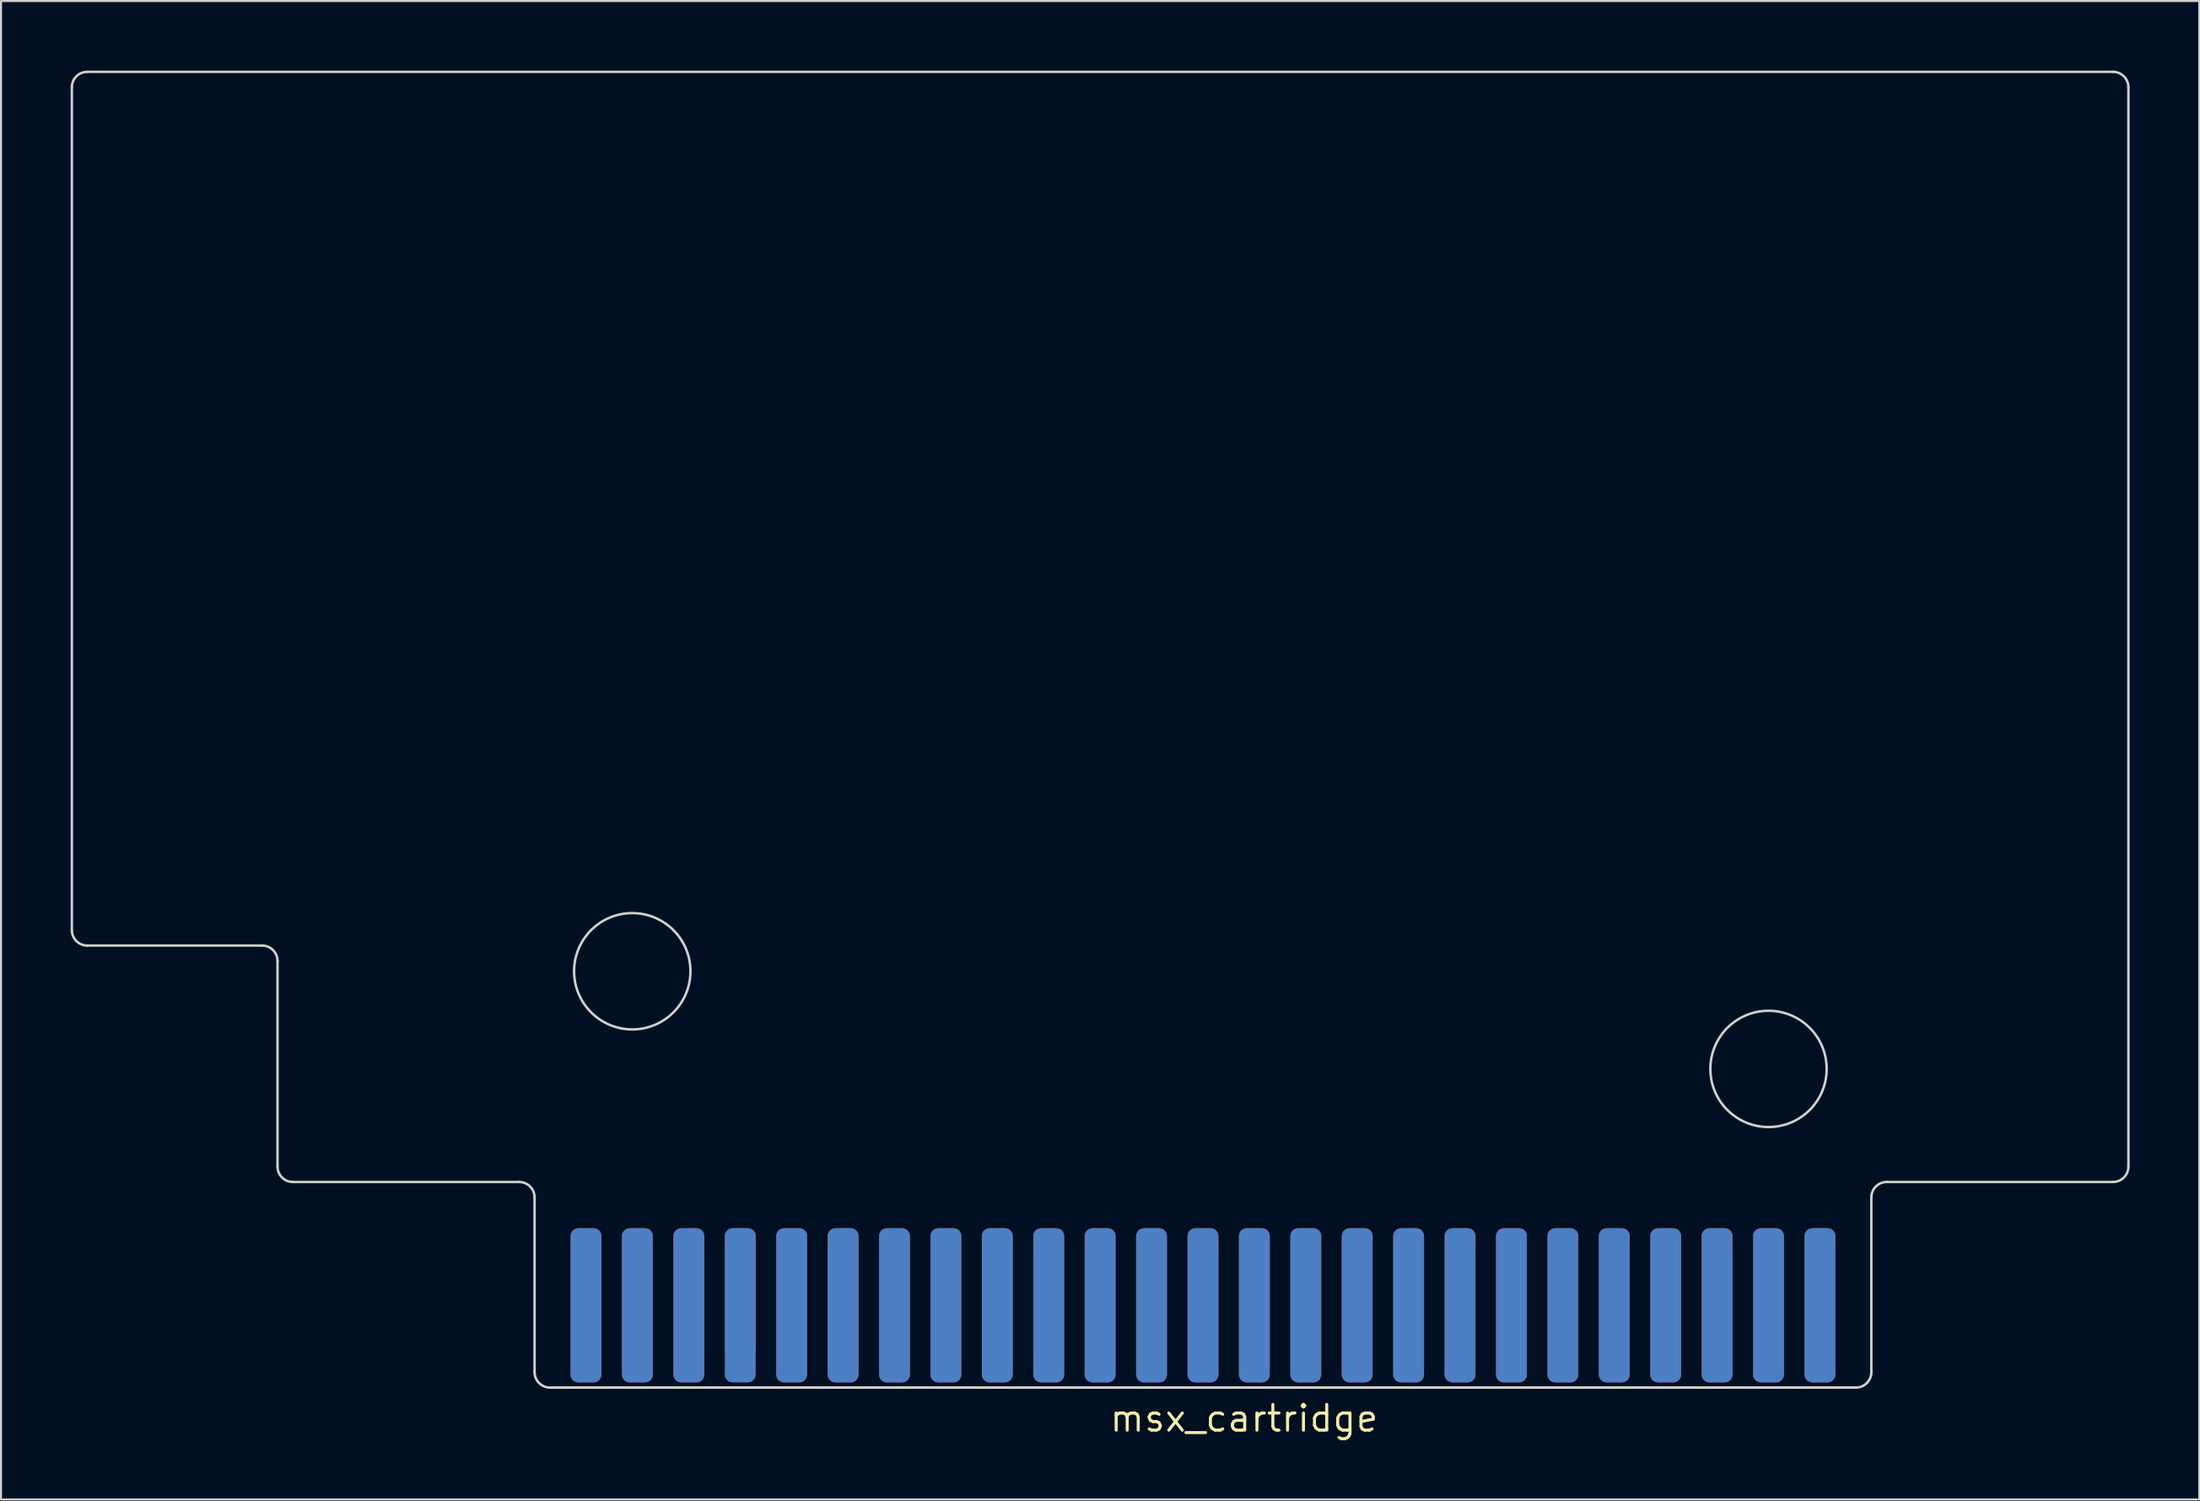
<source format=kicad_pcb>
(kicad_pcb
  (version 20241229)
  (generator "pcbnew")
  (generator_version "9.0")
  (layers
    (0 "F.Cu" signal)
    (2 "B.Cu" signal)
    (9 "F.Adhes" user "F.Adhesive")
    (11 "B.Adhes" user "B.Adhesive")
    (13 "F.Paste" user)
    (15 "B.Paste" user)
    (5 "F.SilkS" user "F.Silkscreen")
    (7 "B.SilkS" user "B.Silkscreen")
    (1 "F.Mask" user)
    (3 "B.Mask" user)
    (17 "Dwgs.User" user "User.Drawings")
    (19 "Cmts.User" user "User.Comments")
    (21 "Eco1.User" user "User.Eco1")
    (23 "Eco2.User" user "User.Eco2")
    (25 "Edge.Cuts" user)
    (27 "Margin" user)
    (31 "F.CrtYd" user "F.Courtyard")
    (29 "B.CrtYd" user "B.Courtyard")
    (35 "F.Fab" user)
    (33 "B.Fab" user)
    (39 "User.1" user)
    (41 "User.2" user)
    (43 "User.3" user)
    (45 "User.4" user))
  (footprint "msx_cartridge"
    (layer "F.Cu")
    (at 56.38 61.46)
    (property "Reference" "msx_cartridge" (at 2.032 5.588 0) (layer "F.SilkS") (effects (font (size 1.27 1.27) (thickness 0.15))))
    (attr through_hole)
    (fp_line (start -55.88 -18.542) (end -55.88 -60.198) (stroke (width 1) (type solid)) (layer "F.Mask"))
    (fp_line (start -55.118 -60.96) (end 44.958 -60.96) (stroke (width 1) (type solid)) (layer "F.Mask"))
    (fp_line (start -46.482 -17.78) (end -55.118 -17.78) (stroke (width 1) (type solid)) (layer "F.Mask"))
    (fp_line (start -45.72 -6.858) (end -45.72 -17.018) (stroke (width 1) (type solid)) (layer "F.Mask"))
    (fp_line (start -33.782 -6.096) (end -44.958 -6.096) (stroke (width 1) (type solid)) (layer "F.Mask"))
    (fp_line (start -33.02 -5.334) (end -33.02 3.302) (stroke (width 1) (type solid)) (layer "F.Mask"))
    (fp_line (start 32.258 4.064) (end -32.258 4.064) (stroke (width 1) (type solid)) (layer "F.Mask"))
    (fp_line (start 33.02 -5.334) (end 33.02 3.302) (stroke (width 1) (type solid)) (layer "F.Mask"))
    (fp_line (start 44.958 -6.096) (end 33.782 -6.096) (stroke (width 1) (type solid)) (layer "F.Mask"))
    (fp_line (start 45.72 -60.198) (end 45.72 -6.858) (stroke (width 1) (type solid)) (layer "F.Mask"))
    (fp_rect (start -33.782 -6.096) (end 33.782 4.064) (stroke (width 0.12) (type solid)) (fill yes) (layer "F.Mask"))
    (fp_arc (start -55.88 -60.198) (mid -55.656815 -60.736815) (end -55.118 -60.96) (stroke (width 1) (type solid)) (layer "F.Mask"))
    (fp_arc (start -55.118 -17.78) (mid -55.656815 -18.003185) (end -55.88 -18.542) (stroke (width 1) (type solid)) (layer "F.Mask"))
    (fp_arc (start -46.482 -17.78) (mid -45.943185 -17.556815) (end -45.72 -17.018) (stroke (width 1) (type solid)) (layer "F.Mask"))
    (fp_arc (start -44.958 -6.096) (mid -45.496815 -6.319185) (end -45.72 -6.858) (stroke (width 1) (type solid)) (layer "F.Mask"))
    (fp_arc (start -33.782 -6.096) (mid -33.243185 -5.872815) (end -33.02 -5.334) (stroke (width 1) (type solid)) (layer "F.Mask"))
    (fp_arc (start -32.258 4.064) (mid -32.796815 3.840815) (end -33.02 3.302) (stroke (width 1) (type solid)) (layer "F.Mask"))
    (fp_arc (start 33.02 -5.334) (mid 33.243185 -5.872815) (end 33.782 -6.096) (stroke (width 1) (type solid)) (layer "F.Mask"))
    (fp_arc (start 33.02 3.302) (mid 32.796815 3.840815) (end 32.258 4.064) (stroke (width 1) (type solid)) (layer "F.Mask"))
    (fp_arc (start 44.958 -60.96) (mid 45.496815 -60.736815) (end 45.72 -60.198) (stroke (width 1) (type solid)) (layer "F.Mask"))
    (fp_arc (start 45.72 -6.858) (mid 45.496815 -6.319185) (end 44.958 -6.096) (stroke (width 1) (type solid)) (layer "F.Mask"))
    (fp_circle (center -28.194 -16.51) (end -25.32 -16.51) (stroke (width 1) (type solid)) (fill no) (layer "F.Mask"))
    (fp_circle (center 27.94 -11.684) (end 30.813 -11.684) (stroke (width 1) (type solid)) (fill no) (layer "F.Mask"))
    (fp_line (start -55.88 -18.542) (end -55.88 -60.198) (stroke (width 1) (type solid)) (layer "B.Mask"))
    (fp_line (start -55.118 -60.96) (end 44.958 -60.96) (stroke (width 1) (type solid)) (layer "B.Mask"))
    (fp_line (start -46.482 -17.78) (end -55.118 -17.78) (stroke (width 1) (type solid)) (layer "B.Mask"))
    (fp_line (start -45.72 -6.858) (end -45.72 -17.018) (stroke (width 1) (type solid)) (layer "B.Mask"))
    (fp_line (start -33.782 -6.096) (end -44.958 -6.096) (stroke (width 1) (type solid)) (layer "B.Mask"))
    (fp_line (start -33.02 -5.334) (end -33.02 3.302) (stroke (width 1) (type solid)) (layer "B.Mask"))
    (fp_line (start 32.258 4.064) (end -32.258 4.064) (stroke (width 1) (type solid)) (layer "B.Mask"))
    (fp_line (start 33.02 -5.334) (end 33.02 3.302) (stroke (width 1) (type solid)) (layer "B.Mask"))
    (fp_line (start 44.958 -6.096) (end 33.782 -6.096) (stroke (width 1) (type solid)) (layer "B.Mask"))
    (fp_line (start 45.72 -60.198) (end 45.72 -6.858) (stroke (width 1) (type solid)) (layer "B.Mask"))
    (fp_rect (start -33.782 -6.096) (end 33.782 4.064) (stroke (width 0.12) (type solid)) (fill yes) (layer "B.Mask"))
    (fp_arc (start -55.88 -60.198) (mid -55.656815 -60.736815) (end -55.118 -60.96) (stroke (width 1) (type solid)) (layer "B.Mask"))
    (fp_arc (start -55.118 -17.78) (mid -55.656815 -18.003185) (end -55.88 -18.542) (stroke (width 1) (type solid)) (layer "B.Mask"))
    (fp_arc (start -46.482 -17.78) (mid -45.943185 -17.556815) (end -45.72 -17.018) (stroke (width 1) (type solid)) (layer "B.Mask"))
    (fp_arc (start -44.958 -6.096) (mid -45.496815 -6.319185) (end -45.72 -6.858) (stroke (width 1) (type solid)) (layer "B.Mask"))
    (fp_arc (start -33.782 -6.096) (mid -33.243185 -5.872815) (end -33.02 -5.334) (stroke (width 1) (type solid)) (layer "B.Mask"))
    (fp_arc (start -32.258 4.064) (mid -32.796815 3.840815) (end -33.02 3.302) (stroke (width 1) (type solid)) (layer "B.Mask"))
    (fp_arc (start 33.02 -5.334) (mid 33.243185 -5.872815) (end 33.782 -6.096) (stroke (width 1) (type solid)) (layer "B.Mask"))
    (fp_arc (start 33.02 3.302) (mid 32.796815 3.840815) (end 32.258 4.064) (stroke (width 1) (type solid)) (layer "B.Mask"))
    (fp_arc (start 44.958 -60.96) (mid 45.496815 -60.736815) (end 45.72 -60.198) (stroke (width 1) (type solid)) (layer "B.Mask"))
    (fp_arc (start 45.72 -6.858) (mid 45.496815 -6.319185) (end 44.958 -6.096) (stroke (width 1) (type solid)) (layer "B.Mask"))
    (fp_circle (center -28.194 -16.51) (end -25.32 -16.51) (stroke (width 1) (type solid)) (fill no) (layer "B.Mask"))
    (fp_circle (center 27.94 -11.684) (end 30.813 -11.684) (stroke (width 1) (type solid)) (fill no) (layer "B.Mask"))
    (fp_line (start -55.88 -18.542) (end -55.88 -60.198) (stroke (width 0.12) (type solid)) (layer "Edge.Cuts"))
    (fp_line (start -55.118 -60.96) (end 44.958 -60.96) (stroke (width 0.12) (type solid)) (layer "Edge.Cuts"))
    (fp_line (start -46.482 -17.78) (end -55.118 -17.78) (stroke (width 0.12) (type solid)) (layer "Edge.Cuts"))
    (fp_line (start -45.72 -6.858) (end -45.72 -17.018) (stroke (width 0.12) (type solid)) (layer "Edge.Cuts"))
    (fp_line (start -33.782 -6.096) (end -44.958 -6.096) (stroke (width 0.12) (type solid)) (layer "Edge.Cuts"))
    (fp_line (start -33.02 -5.334) (end -33.02 3.302) (stroke (width 0.12) (type solid)) (layer "Edge.Cuts"))
    (fp_line (start 32.258 4.064) (end -32.258 4.064) (stroke (width 0.12) (type solid)) (layer "Edge.Cuts"))
    (fp_line (start 33.02 -5.334) (end 33.02 3.302) (stroke (width 0.12) (type solid)) (layer "Edge.Cuts"))
    (fp_line (start 44.958 -6.096) (end 33.782 -6.096) (stroke (width 0.12) (type solid)) (layer "Edge.Cuts"))
    (fp_line (start 45.72 -60.198) (end 45.72 -6.858) (stroke (width 0.12) (type solid)) (layer "Edge.Cuts"))
    (fp_arc (start -55.88 -60.198) (mid -55.656815 -60.736815) (end -55.118 -60.96) (stroke (width 0.12) (type solid)) (layer "Edge.Cuts"))
    (fp_arc (start -55.118 -17.78) (mid -55.656815 -18.003185) (end -55.88 -18.542) (stroke (width 0.12) (type solid)) (layer "Edge.Cuts"))
    (fp_arc (start -46.482 -17.78) (mid -45.943185 -17.556815) (end -45.72 -17.018) (stroke (width 0.12) (type solid)) (layer "Edge.Cuts"))
    (fp_arc (start -44.958 -6.096) (mid -45.496815 -6.319185) (end -45.72 -6.858) (stroke (width 0.12) (type solid)) (layer "Edge.Cuts"))
    (fp_arc (start -33.782 -6.096) (mid -33.243185 -5.872815) (end -33.02 -5.334) (stroke (width 0.12) (type solid)) (layer "Edge.Cuts"))
    (fp_arc (start -32.258 4.064) (mid -32.796815 3.840815) (end -33.02 3.302) (stroke (width 0.12) (type solid)) (layer "Edge.Cuts"))
    (fp_arc (start 33.02 -5.334) (mid 33.243185 -5.872815) (end 33.782 -6.096) (stroke (width 0.12) (type solid)) (layer "Edge.Cuts"))
    (fp_arc (start 33.02 3.302) (mid 32.796815 3.840815) (end 32.258 4.064) (stroke (width 0.12) (type solid)) (layer "Edge.Cuts"))
    (fp_arc (start 44.958 -60.96) (mid 45.496815 -60.736815) (end 45.72 -60.198) (stroke (width 0.12) (type solid)) (layer "Edge.Cuts"))
    (fp_arc (start 45.72 -6.858) (mid 45.496815 -6.319185) (end 44.958 -6.096) (stroke (width 0.12) (type solid)) (layer "Edge.Cuts"))
    (fp_circle (center -28.194 -16.51) (end -25.32 -16.51) (stroke (width 0.12) (type solid)) (fill no) (layer "Edge.Cuts"))
    (fp_circle (center 27.94 -11.684) (end 30.813 -11.684) (stroke (width 0.12) (type solid)) (fill no) (layer "Edge.Cuts"))
    (fp_line (start -5.08 -60.96) (end -5.08 -6.096) (stroke (width 0.12) (type solid)) (layer "User.6"))
    (pad "1" connect roundrect (at 30.48 0) (size 1.524 7.62) (layers "B.Cu" "B.Mask") (roundrect_rratio 0.25))
    (pad "2" connect roundrect (at 30.48 0) (size 1.524 7.62) (layers "F.Cu" "F.Mask") (roundrect_rratio 0.25))
    (pad "3" connect roundrect (at 27.94 0) (size 1.524 7.62) (layers "B.Cu" "B.Mask") (roundrect_rratio 0.25))
    (pad "4" connect roundrect (at 27.94 0) (size 1.524 7.62) (layers "F.Cu" "F.Mask") (roundrect_rratio 0.25))
    (pad "5" connect roundrect (at 25.4 0) (size 1.524 7.62) (layers "B.Cu" "B.Mask") (roundrect_rratio 0.25))
    (pad "6" connect roundrect (at 25.4 0) (size 1.524 7.62) (layers "F.Cu" "F.Mask") (roundrect_rratio 0.25))
    (pad "7" connect roundrect (at 22.86 0) (size 1.524 7.62) (layers "B.Cu" "B.Mask") (roundrect_rratio 0.25))
    (pad "8" connect roundrect (at 22.86 0) (size 1.524 7.62) (layers "F.Cu" "F.Mask") (roundrect_rratio 0.25))
    (pad "9" connect roundrect (at 20.32 0) (size 1.524 7.62) (layers "B.Cu" "B.Mask") (roundrect_rratio 0.25))
    (pad "10" connect roundrect (at 20.32 0) (size 1.524 7.62) (layers "F.Cu" "F.Mask") (roundrect_rratio 0.25))
    (pad "11" connect roundrect (at 17.78 0) (size 1.524 7.62) (layers "B.Cu" "B.Mask") (roundrect_rratio 0.25))
    (pad "12" connect roundrect (at 17.78 0) (size 1.524 7.62) (layers "F.Cu" "F.Mask") (roundrect_rratio 0.25))
    (pad "13" connect roundrect (at 15.24 0) (size 1.524 7.62) (layers "B.Cu" "B.Mask") (roundrect_rratio 0.25))
    (pad "14" connect roundrect (at 15.24 0) (size 1.524 7.62) (layers "F.Cu" "F.Mask") (roundrect_rratio 0.25))
    (pad "15" connect roundrect (at 12.7 0) (size 1.524 7.62) (layers "B.Cu" "B.Mask") (roundrect_rratio 0.25))
    (pad "16" connect roundrect (at 12.7 0) (size 1.524 7.62) (layers "F.Cu" "F.Mask") (roundrect_rratio 0.25))
    (pad "17" connect roundrect (at 10.16 0) (size 1.524 7.62) (layers "B.Cu" "B.Mask") (roundrect_rratio 0.25))
    (pad "18" connect roundrect (at 10.16 0) (size 1.524 7.62) (layers "F.Cu" "F.Mask") (roundrect_rratio 0.25))
    (pad "19" connect roundrect (at 7.62 0) (size 1.524 7.62) (layers "B.Cu" "B.Mask") (roundrect_rratio 0.25))
    (pad "20" connect roundrect (at 7.62 0) (size 1.524 7.62) (layers "F.Cu" "F.Mask") (roundrect_rratio 0.25))
    (pad "21" connect roundrect (at 5.08 0) (size 1.524 7.62) (layers "B.Cu" "B.Mask") (roundrect_rratio 0.25))
    (pad "22" connect roundrect (at 5.08 0) (size 1.524 7.62) (layers "F.Cu" "F.Mask") (roundrect_rratio 0.25))
    (pad "23" connect roundrect (at 2.54 0) (size 1.524 7.62) (layers "B.Cu" "B.Mask") (roundrect_rratio 0.25))
    (pad "24" connect roundrect (at 2.54 0) (size 1.524 7.62) (layers "F.Cu" "F.Mask") (roundrect_rratio 0.25))
    (pad "25" connect roundrect (at 0 0) (size 1.524 7.62) (layers "B.Cu" "B.Mask") (roundrect_rratio 0.25))
    (pad "26" connect roundrect (at 0 0) (size 1.524 7.62) (layers "F.Cu" "F.Mask") (roundrect_rratio 0.25))
    (pad "27" connect roundrect (at -2.54 0) (size 1.524 7.62) (layers "B.Cu" "B.Mask") (roundrect_rratio 0.25))
    (pad "28" connect roundrect (at -2.54 0) (size 1.524 7.62) (layers "F.Cu" "F.Mask") (roundrect_rratio 0.25))
    (pad "29" connect roundrect (at -5.08 0) (size 1.524 7.62) (layers "B.Cu" "B.Mask") (roundrect_rratio 0.25))
    (pad "30" connect roundrect (at -5.08 0) (size 1.524 7.62) (layers "F.Cu" "F.Mask") (roundrect_rratio 0.25))
    (pad "31" connect roundrect (at -7.62 0) (size 1.524 7.62) (layers "B.Cu" "B.Mask") (roundrect_rratio 0.25))
    (pad "32" connect roundrect (at -7.62 0) (size 1.524 7.62) (layers "F.Cu" "F.Mask") (roundrect_rratio 0.25))
    (pad "33" connect roundrect (at -10.16 0) (size 1.524 7.62) (layers "B.Cu" "B.Mask") (roundrect_rratio 0.25))
    (pad "34" connect roundrect (at -10.16 0) (size 1.524 7.62) (layers "F.Cu" "F.Mask") (roundrect_rratio 0.25))
    (pad "35" connect roundrect (at -12.7 0) (size 1.524 7.62) (layers "B.Cu" "B.Mask") (roundrect_rratio 0.25))
    (pad "36" connect roundrect (at -12.7 0) (size 1.524 7.62) (layers "F.Cu" "F.Mask") (roundrect_rratio 0.25))
    (pad "37" connect roundrect (at -15.24 0) (size 1.524 7.62) (layers "B.Cu" "B.Mask") (roundrect_rratio 0.25))
    (pad "38" connect roundrect (at -15.24 0) (size 1.524 7.62) (layers "F.Cu" "F.Mask") (roundrect_rratio 0.25))
    (pad "39" connect roundrect (at -17.78 0) (size 1.524 7.62) (layers "B.Cu" "B.Mask") (roundrect_rratio 0.25))
    (pad "40" connect roundrect (at -17.78 0) (size 1.524 7.62) (layers "F.Cu" "F.Mask") (roundrect_rratio 0.25))
    (pad "41" connect roundrect (at -20.32 0) (size 1.524 7.62) (layers "B.Cu" "B.Mask") (roundrect_rratio 0.25))
    (pad "42" connect roundrect (at -20.32 0) (size 1.524 7.62) (layers "F.Cu" "F.Mask") (roundrect_rratio 0.25))
    (pad "43" connect roundrect (at -22.86 0) (size 1.524 7.62) (layers "B.Cu" "B.Mask") (roundrect_rratio 0.25))
    (pad "44" connect roundrect (at -22.855 -0.635) (size 1.524 6.35) (layers "F.Cu" "F.Mask") (roundrect_rratio 0.25))
    (pad "45" connect roundrect (at -25.4 0) (size 1.524 7.62) (layers "B.Cu" "B.Mask") (roundrect_rratio 0.25))
    (pad "46" connect roundrect (at -25.4 0) (size 1.524 7.62) (layers "F.Cu" "F.Mask") (roundrect_rratio 0.25))
    (pad "47" connect roundrect (at -27.94 0) (size 1.524 7.62) (layers "B.Cu" "B.Mask") (roundrect_rratio 0.25))
    (pad "48" connect roundrect (at -27.94 0) (size 1.524 7.62) (layers "F.Cu" "F.Mask") (roundrect_rratio 0.25))
    (pad "49" connect roundrect (at -30.48 0) (size 1.524 7.62) (layers "B.Cu" "B.Mask") (roundrect_rratio 0.25))
    (pad "50" connect roundrect (at -30.48 0) (size 1.524 7.62) (layers "F.Cu" "F.Mask") (roundrect_rratio 0.25)))
  (gr_rect
    (start -3 -3)
    (end 105.6 71.054)
    (stroke (width 0.1) (type default))
    (fill no)
    (layer "Edge.Cuts")))
</source>
